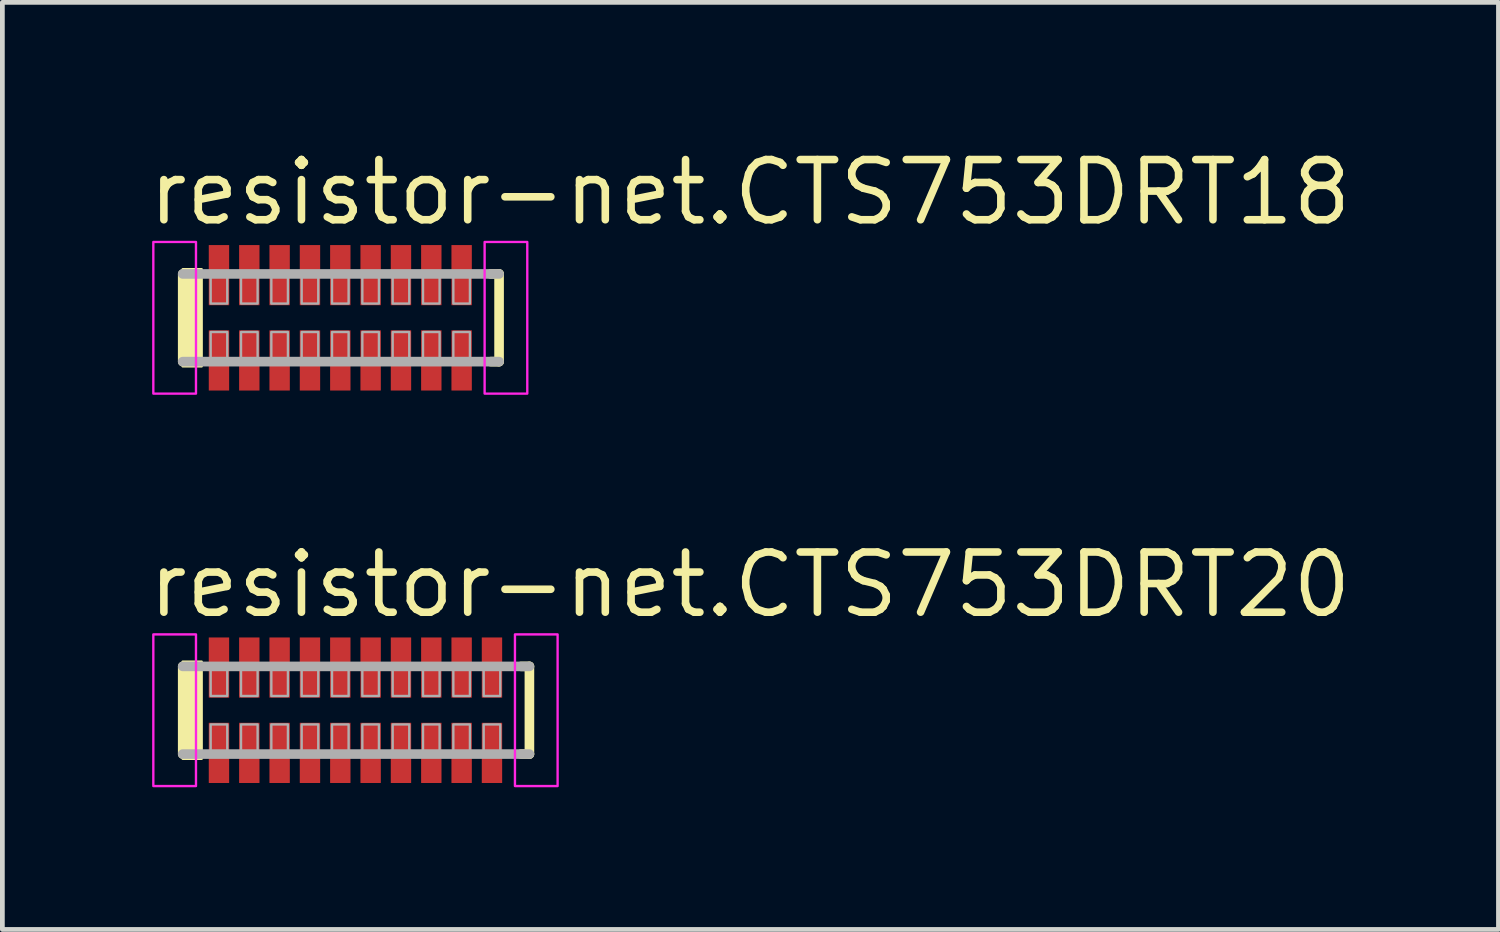
<source format=kicad_pcb>
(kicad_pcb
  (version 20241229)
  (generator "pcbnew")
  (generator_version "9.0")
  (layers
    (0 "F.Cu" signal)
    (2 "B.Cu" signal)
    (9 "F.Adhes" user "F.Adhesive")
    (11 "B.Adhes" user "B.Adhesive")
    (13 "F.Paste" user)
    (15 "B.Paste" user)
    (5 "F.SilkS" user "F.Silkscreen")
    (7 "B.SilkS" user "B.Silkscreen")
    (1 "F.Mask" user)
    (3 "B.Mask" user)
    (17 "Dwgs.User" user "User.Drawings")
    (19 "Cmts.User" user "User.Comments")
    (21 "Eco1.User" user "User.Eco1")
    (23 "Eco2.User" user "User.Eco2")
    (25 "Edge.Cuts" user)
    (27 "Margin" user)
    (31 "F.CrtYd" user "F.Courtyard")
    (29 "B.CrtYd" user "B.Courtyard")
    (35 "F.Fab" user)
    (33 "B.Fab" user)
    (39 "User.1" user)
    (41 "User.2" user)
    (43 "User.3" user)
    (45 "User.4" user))
  (footprint "resistor-net.CTS753DRT20"
    (layer "F.Cu")
    (at 4.45 11.935)
    (property "Reference" "resistor-net.CTS753DRT20" (at -4.45 -1.905 0) (layer "F.SilkS") (effects (font (size 1.27 1.27) (thickness 0.16)) (justify left bottom)))
    (attr smd)
    (fp_line (start -3.645 0.925) (end -3.645 -0.925) (stroke (width 0.203) (type default)) (layer "F.SilkS"))
    (fp_line (start 3.495 -0.925) (end 3.67 -0.925) (stroke (width 0.203) (type default)) (layer "F.SilkS"))
    (fp_line (start 3.67 -0.925) (end 3.67 0.925) (stroke (width 0.203) (type default)) (layer "F.SilkS"))
    (fp_line (start 3.67 0.925) (end 3.495 0.925) (stroke (width 0.203) (type default)) (layer "F.SilkS"))
    (fp_rect (start -3.645 1.025) (end -3.245 -1.025) (stroke (width 0.05) (type default)) (fill yes) (layer "F.SilkS"))
    (fp_rect (start -4.265 1.6) (end -3.365 -1.6) (stroke (width 0.05) (type default)) (fill no) (layer "F.CrtYd"))
    (fp_rect (start 3.365 1.6) (end 4.265 -1.6) (stroke (width 0.05) (type default)) (fill no) (layer "F.CrtYd"))
    (fp_line (start -3.645 -0.925) (end 3.67 -0.925) (stroke (width 0.203) (type default)) (layer "F.Fab"))
    (fp_line (start 3.67 0.925) (end -3.645 0.925) (stroke (width 0.203) (type default)) (layer "F.Fab"))
    (fp_rect (start -3.055 -0.3) (end -2.705 -0.9) (stroke (width 0.05) (type default)) (fill no) (layer "F.Fab"))
    (fp_rect (start -3.055 0.9) (end -2.705 0.3) (stroke (width 0.05) (type default)) (fill no) (layer "F.Fab"))
    (fp_rect (start -2.415 -0.3) (end -2.065 -0.9) (stroke (width 0.05) (type default)) (fill no) (layer "F.Fab"))
    (fp_rect (start -2.415 0.9) (end -2.065 0.3) (stroke (width 0.05) (type default)) (fill no) (layer "F.Fab"))
    (fp_rect (start -1.775 -0.3) (end -1.425 -0.9) (stroke (width 0.05) (type default)) (fill no) (layer "F.Fab"))
    (fp_rect (start -1.775 0.9) (end -1.425 0.3) (stroke (width 0.05) (type default)) (fill no) (layer "F.Fab"))
    (fp_rect (start -1.135 -0.3) (end -0.785 -0.9) (stroke (width 0.05) (type default)) (fill no) (layer "F.Fab"))
    (fp_rect (start -1.135 0.9) (end -0.785 0.3) (stroke (width 0.05) (type default)) (fill no) (layer "F.Fab"))
    (fp_rect (start -0.495 -0.3) (end -0.145 -0.9) (stroke (width 0.05) (type default)) (fill no) (layer "F.Fab"))
    (fp_rect (start -0.495 0.9) (end -0.145 0.3) (stroke (width 0.05) (type default)) (fill no) (layer "F.Fab"))
    (fp_rect (start 0.145 -0.3) (end 0.495 -0.9) (stroke (width 0.05) (type default)) (fill no) (layer "F.Fab"))
    (fp_rect (start 0.145 0.9) (end 0.495 0.3) (stroke (width 0.05) (type default)) (fill no) (layer "F.Fab"))
    (fp_rect (start 0.785 -0.3) (end 1.135 -0.9) (stroke (width 0.05) (type default)) (fill no) (layer "F.Fab"))
    (fp_rect (start 0.785 0.9) (end 1.135 0.3) (stroke (width 0.05) (type default)) (fill no) (layer "F.Fab"))
    (fp_rect (start 1.425 -0.3) (end 1.775 -0.9) (stroke (width 0.05) (type default)) (fill no) (layer "F.Fab"))
    (fp_rect (start 1.425 0.9) (end 1.775 0.3) (stroke (width 0.05) (type default)) (fill no) (layer "F.Fab"))
    (fp_rect (start 2.065 -0.3) (end 2.415 -0.9) (stroke (width 0.05) (type default)) (fill no) (layer "F.Fab"))
    (fp_rect (start 2.065 0.9) (end 2.415 0.3) (stroke (width 0.05) (type default)) (fill no) (layer "F.Fab"))
    (fp_rect (start 2.705 -0.3) (end 3.055 -0.9) (stroke (width 0.05) (type default)) (fill no) (layer "F.Fab"))
    (fp_rect (start 2.705 0.9) (end 3.055 0.3) (stroke (width 0.05) (type default)) (fill no) (layer "F.Fab"))
    (pad "1" smd roundrect (at -2.88 0.9) (size 0.43 1.27) (layers "F.Cu" "F.Mask" "F.Paste") (roundrect_rratio 0.01))
    (pad "2" smd roundrect (at -2.24 0.9) (size 0.43 1.27) (layers "F.Cu" "F.Mask" "F.Paste") (roundrect_rratio 0.01))
    (pad "3" smd roundrect (at -1.6 0.9) (size 0.43 1.27) (layers "F.Cu" "F.Mask" "F.Paste") (roundrect_rratio 0.01))
    (pad "4" smd roundrect (at -0.96 0.9) (size 0.43 1.27) (layers "F.Cu" "F.Mask" "F.Paste") (roundrect_rratio 0.01))
    (pad "5" smd roundrect (at -0.32 0.9) (size 0.43 1.27) (layers "F.Cu" "F.Mask" "F.Paste") (roundrect_rratio 0.01))
    (pad "6" smd roundrect (at 0.32 0.9) (size 0.43 1.27) (layers "F.Cu" "F.Mask" "F.Paste") (roundrect_rratio 0.01))
    (pad "7" smd roundrect (at 0.96 0.9) (size 0.43 1.27) (layers "F.Cu" "F.Mask" "F.Paste") (roundrect_rratio 0.01))
    (pad "8" smd roundrect (at 1.6 0.9) (size 0.43 1.27) (layers "F.Cu" "F.Mask" "F.Paste") (roundrect_rratio 0.01))
    (pad "9" smd roundrect (at 2.24 0.9) (size 0.43 1.27) (layers "F.Cu" "F.Mask" "F.Paste") (roundrect_rratio 0.01))
    (pad "10" smd roundrect (at 2.88 0.9) (size 0.43 1.27) (layers "F.Cu" "F.Mask" "F.Paste") (roundrect_rratio 0.01))
    (pad "11" smd roundrect (at 2.88 -0.9 180) (size 0.43 1.27) (layers "F.Cu" "F.Mask" "F.Paste") (roundrect_rratio 0.01))
    (pad "12" smd roundrect (at 2.24 -0.9 180) (size 0.43 1.27) (layers "F.Cu" "F.Mask" "F.Paste") (roundrect_rratio 0.01))
    (pad "13" smd roundrect (at 1.6 -0.9 180) (size 0.43 1.27) (layers "F.Cu" "F.Mask" "F.Paste") (roundrect_rratio 0.01))
    (pad "14" smd roundrect (at 0.96 -0.9 180) (size 0.43 1.27) (layers "F.Cu" "F.Mask" "F.Paste") (roundrect_rratio 0.01))
    (pad "15" smd roundrect (at 0.32 -0.9 180) (size 0.43 1.27) (layers "F.Cu" "F.Mask" "F.Paste") (roundrect_rratio 0.01))
    (pad "16" smd roundrect (at -0.32 -0.9 180) (size 0.43 1.27) (layers "F.Cu" "F.Mask" "F.Paste") (roundrect_rratio 0.01))
    (pad "17" smd roundrect (at -0.96 -0.9 180) (size 0.43 1.27) (layers "F.Cu" "F.Mask" "F.Paste") (roundrect_rratio 0.01))
    (pad "18" smd roundrect (at -1.6 -0.9 180) (size 0.43 1.27) (layers "F.Cu" "F.Mask" "F.Paste") (roundrect_rratio 0.01))
    (pad "19" smd roundrect (at -2.24 -0.9 180) (size 0.43 1.27) (layers "F.Cu" "F.Mask" "F.Paste") (roundrect_rratio 0.01))
    (pad "20" smd roundrect (at -2.88 -0.9 180) (size 0.43 1.27) (layers "F.Cu" "F.Mask" "F.Paste") (roundrect_rratio 0.01)))
  (footprint "resistor-net.CTS753DRT18"
    (layer "F.Cu")
    (at 4.13 3.655)
    (property "Reference" "resistor-net.CTS753DRT18" (at -4.13 -1.905 0) (layer "F.SilkS") (effects (font (size 1.27 1.27) (thickness 0.16)) (justify left bottom)))
    (attr smd)
    (fp_line (start -3.325 0.925) (end -3.325 -0.925) (stroke (width 0.203) (type default)) (layer "F.SilkS"))
    (fp_line (start 3.175 -0.925) (end 3.35 -0.925) (stroke (width 0.203) (type default)) (layer "F.SilkS"))
    (fp_line (start 3.35 -0.925) (end 3.35 0.925) (stroke (width 0.203) (type default)) (layer "F.SilkS"))
    (fp_line (start 3.35 0.925) (end 3.175 0.925) (stroke (width 0.203) (type default)) (layer "F.SilkS"))
    (fp_rect (start -3.325 1.025) (end -2.925 -1.025) (stroke (width 0.05) (type default)) (fill yes) (layer "F.SilkS"))
    (fp_rect (start -3.945 1.6) (end -3.045 -1.6) (stroke (width 0.05) (type default)) (fill no) (layer "F.CrtYd"))
    (fp_rect (start 3.045 1.6) (end 3.945 -1.6) (stroke (width 0.05) (type default)) (fill no) (layer "F.CrtYd"))
    (fp_line (start -3.325 -0.925) (end 3.35 -0.925) (stroke (width 0.203) (type default)) (layer "F.Fab"))
    (fp_line (start 3.35 0.925) (end -3.325 0.925) (stroke (width 0.203) (type default)) (layer "F.Fab"))
    (fp_rect (start -2.735 -0.3) (end -2.385 -0.9) (stroke (width 0.05) (type default)) (fill no) (layer "F.Fab"))
    (fp_rect (start -2.735 0.9) (end -2.385 0.3) (stroke (width 0.05) (type default)) (fill no) (layer "F.Fab"))
    (fp_rect (start -2.095 -0.3) (end -1.745 -0.9) (stroke (width 0.05) (type default)) (fill no) (layer "F.Fab"))
    (fp_rect (start -2.095 0.9) (end -1.745 0.3) (stroke (width 0.05) (type default)) (fill no) (layer "F.Fab"))
    (fp_rect (start -1.455 -0.3) (end -1.105 -0.9) (stroke (width 0.05) (type default)) (fill no) (layer "F.Fab"))
    (fp_rect (start -1.455 0.9) (end -1.105 0.3) (stroke (width 0.05) (type default)) (fill no) (layer "F.Fab"))
    (fp_rect (start -0.815 -0.3) (end -0.465 -0.9) (stroke (width 0.05) (type default)) (fill no) (layer "F.Fab"))
    (fp_rect (start -0.815 0.9) (end -0.465 0.3) (stroke (width 0.05) (type default)) (fill no) (layer "F.Fab"))
    (fp_rect (start -0.175 -0.3) (end 0.175 -0.9) (stroke (width 0.05) (type default)) (fill no) (layer "F.Fab"))
    (fp_rect (start -0.175 0.9) (end 0.175 0.3) (stroke (width 0.05) (type default)) (fill no) (layer "F.Fab"))
    (fp_rect (start 0.465 -0.3) (end 0.815 -0.9) (stroke (width 0.05) (type default)) (fill no) (layer "F.Fab"))
    (fp_rect (start 0.465 0.9) (end 0.815 0.3) (stroke (width 0.05) (type default)) (fill no) (layer "F.Fab"))
    (fp_rect (start 1.105 -0.3) (end 1.455 -0.9) (stroke (width 0.05) (type default)) (fill no) (layer "F.Fab"))
    (fp_rect (start 1.105 0.9) (end 1.455 0.3) (stroke (width 0.05) (type default)) (fill no) (layer "F.Fab"))
    (fp_rect (start 1.745 -0.3) (end 2.095 -0.9) (stroke (width 0.05) (type default)) (fill no) (layer "F.Fab"))
    (fp_rect (start 1.745 0.9) (end 2.095 0.3) (stroke (width 0.05) (type default)) (fill no) (layer "F.Fab"))
    (fp_rect (start 2.385 -0.3) (end 2.735 -0.9) (stroke (width 0.05) (type default)) (fill no) (layer "F.Fab"))
    (fp_rect (start 2.385 0.9) (end 2.735 0.3) (stroke (width 0.05) (type default)) (fill no) (layer "F.Fab"))
    (pad "1" smd roundrect (at -2.56 0.9) (size 0.43 1.27) (layers "F.Cu" "F.Mask" "F.Paste") (roundrect_rratio 0.01))
    (pad "2" smd roundrect (at -1.92 0.9) (size 0.43 1.27) (layers "F.Cu" "F.Mask" "F.Paste") (roundrect_rratio 0.01))
    (pad "3" smd roundrect (at -1.28 0.9) (size 0.43 1.27) (layers "F.Cu" "F.Mask" "F.Paste") (roundrect_rratio 0.01))
    (pad "4" smd roundrect (at -0.64 0.9) (size 0.43 1.27) (layers "F.Cu" "F.Mask" "F.Paste") (roundrect_rratio 0.01))
    (pad "5" smd roundrect (at 0 0.9) (size 0.43 1.27) (layers "F.Cu" "F.Mask" "F.Paste") (roundrect_rratio 0.01))
    (pad "6" smd roundrect (at 0.64 0.9) (size 0.43 1.27) (layers "F.Cu" "F.Mask" "F.Paste") (roundrect_rratio 0.01))
    (pad "7" smd roundrect (at 1.28 0.9) (size 0.43 1.27) (layers "F.Cu" "F.Mask" "F.Paste") (roundrect_rratio 0.01))
    (pad "8" smd roundrect (at 1.92 0.9) (size 0.43 1.27) (layers "F.Cu" "F.Mask" "F.Paste") (roundrect_rratio 0.01))
    (pad "9" smd roundrect (at 2.56 0.9) (size 0.43 1.27) (layers "F.Cu" "F.Mask" "F.Paste") (roundrect_rratio 0.01))
    (pad "10" smd roundrect (at 2.56 -0.9 180) (size 0.43 1.27) (layers "F.Cu" "F.Mask" "F.Paste") (roundrect_rratio 0.01))
    (pad "11" smd roundrect (at 1.92 -0.9 180) (size 0.43 1.27) (layers "F.Cu" "F.Mask" "F.Paste") (roundrect_rratio 0.01))
    (pad "12" smd roundrect (at 1.28 -0.9 180) (size 0.43 1.27) (layers "F.Cu" "F.Mask" "F.Paste") (roundrect_rratio 0.01))
    (pad "13" smd roundrect (at 0.64 -0.9 180) (size 0.43 1.27) (layers "F.Cu" "F.Mask" "F.Paste") (roundrect_rratio 0.01))
    (pad "14" smd roundrect (at 0 -0.9 180) (size 0.43 1.27) (layers "F.Cu" "F.Mask" "F.Paste") (roundrect_rratio 0.01))
    (pad "15" smd roundrect (at -0.64 -0.9 180) (size 0.43 1.27) (layers "F.Cu" "F.Mask" "F.Paste") (roundrect_rratio 0.01))
    (pad "16" smd roundrect (at -1.28 -0.9 180) (size 0.43 1.27) (layers "F.Cu" "F.Mask" "F.Paste") (roundrect_rratio 0.01))
    (pad "17" smd roundrect (at -1.92 -0.9 180) (size 0.43 1.27) (layers "F.Cu" "F.Mask" "F.Paste") (roundrect_rratio 0.01))
    (pad "18" smd roundrect (at -2.56 -0.9 180) (size 0.43 1.27) (layers "F.Cu" "F.Mask" "F.Paste") (roundrect_rratio 0.01)))
  (gr_rect
    (start -3 -3)
    (end 28.566 16.56)
    (stroke (width 0.1) (type default))
    (fill no)
    (layer "Edge.Cuts")))
</source>
